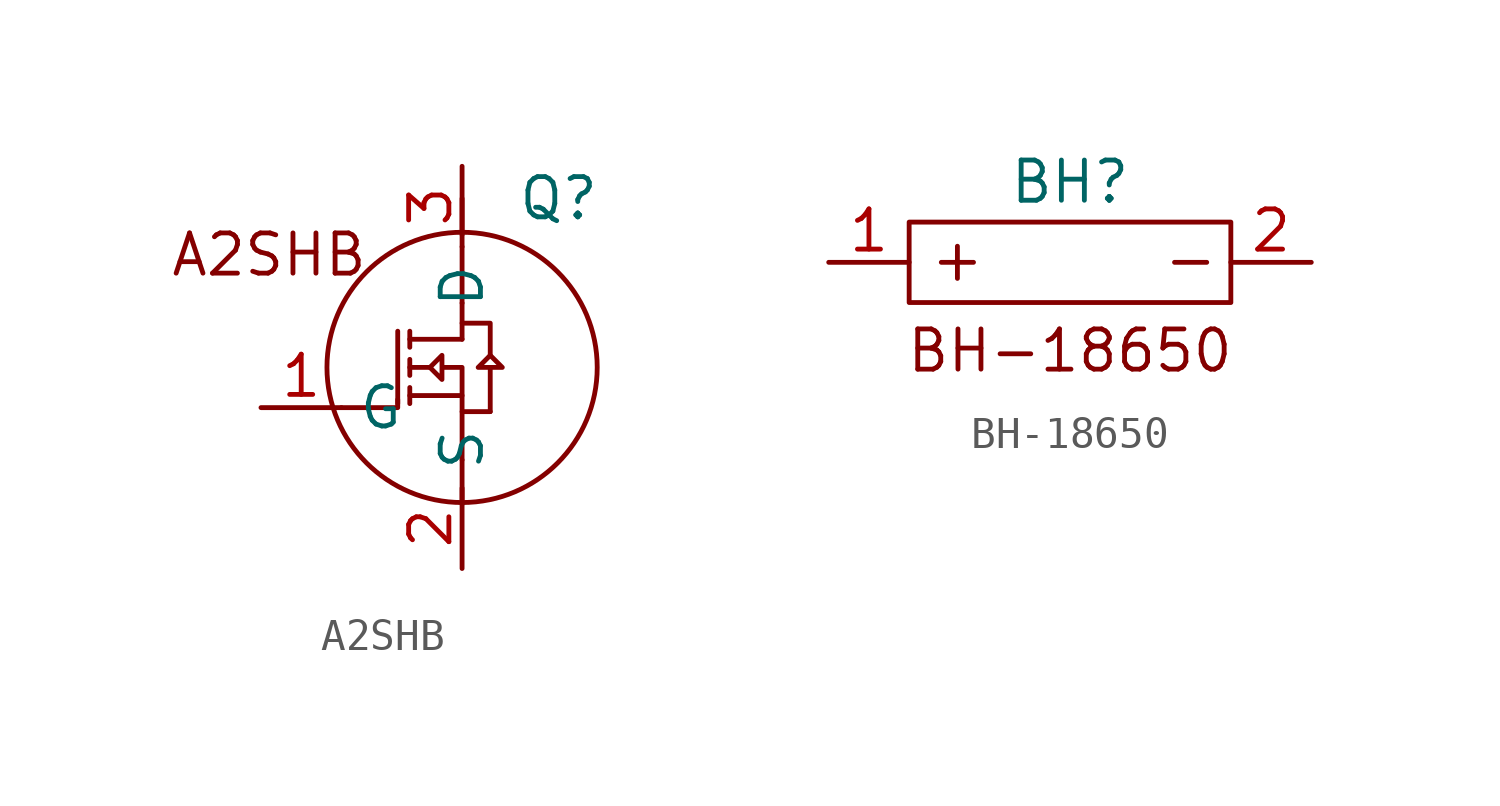
<source format=kicad_sym>
(kicad_symbol_lib
  (version 20231120)
  (generator "kicad_symbol_editor")
  (generator_version "8.0")
  (symbol "A2SHB"
    (property "Reference" "Q"
      (at 3.048 5.334 0)
      (effects (font (size 1.27 1.27))))
    (property "Value" ""
      (at 0 0 0)
      (effects (font (size 1.27 1.27))))
    (symbol "A2SHB_0_1"
      (polyline (pts (xy -2.032 1.143) (xy -2.032 -1.143)) (stroke (width 0) (type default)) (fill (type none)))
      (polyline (pts (xy -1.651 -0.635) (xy -1.651 -1.143)) (stroke (width 0) (type default)) (fill (type none)))
      (polyline (pts (xy -1.651 0.254) (xy -1.651 -0.254)) (stroke (width 0) (type default)) (fill (type none)))
      (polyline (pts (xy -1.651 0.889) (xy 0 0.889)) (stroke (width 0) (type default)) (fill (type none)))
      (polyline (pts (xy -1.651 1.143) (xy -1.651 0.635)) (stroke (width 0) (type default)) (fill (type none)))
      (polyline (pts (xy -1.016 0) (xy -1.651 0)) (stroke (width 0) (type default)) (fill (type none)))
      (polyline (pts (xy 0 -2.921) (xy 0 -4.318)) (stroke (width 0) (type default)) (fill (type none)))
      (polyline (pts (xy 0 -1.397) (xy 0.889 -1.397)) (stroke (width 0) (type default)) (fill (type none)))
      (polyline (pts (xy 0 0.889) (xy 0 1.397)) (stroke (width 0) (type default)) (fill (type none)))
      (polyline (pts (xy 0 2.032) (xy 0 3.81)) (stroke (width 0) (type default)) (fill (type none)))
      (polyline (pts (xy 0 4.191) (xy 0 5.334)) (stroke (width 0) (type default)) (fill (type none)))
      (polyline (pts (xy 0.889 0) (xy 0.889 -1.397)) (stroke (width 0) (type default)) (fill (type none)))
      (polyline (pts (xy -3.81 -1.27) (xy -2.032 -1.27) (xy -2.032 -1.016)) (stroke (width 0) (type default)) (fill (type none)))
      (polyline (pts (xy -1.651 -0.889) (xy 0 -0.889) (xy 0 -2.921)) (stroke (width 0) (type default)) (fill (type none)))
      (polyline (pts (xy 0.889 0.381) (xy 0.889 1.397) (xy 0 1.397) (xy 0 2.032)) (stroke (width 0) (type default)) (fill (type none)))
      (polyline (pts (xy 0.889 0) (xy 1.27 0) (xy 0.889 0.381) (xy 0.508 0) (xy 0.889 0)) (stroke (width 0) (type default)) (fill (type none)))
      (polyline (pts (xy 0 -0.889) (xy 0 0) (xy -0.635 0) (xy -0.635 0.381) (xy -1.016 0) (xy -0.635 -0.381) (xy -0.635 0)) (stroke (width 0) (type default)) (fill (type none)))
      (circle (center 0 0) (radius 4.267) (stroke (width 0) (type default)) (fill (type none))))
    (symbol "A2SHB_1_1"
      (text "A2SHB" (at -6.096 3.556 0) (effects (font (size 1.27 1.27))))
      (pin input line (at -6.35 -1.27 0) (length 2.54) (name "G" (effects (font (size 1.27 1.27)))) (number "1" (effects (font (size 1.27 1.27)))))
      (pin free line (at 0 -6.35 90) (length 2.54) (name "S" (effects (font (size 1.27 1.27)))) (number "2" (effects (font (size 1.27 1.27)))))
      (pin free line (at 0 6.35 270) (length 2.54) (name "D" (effects (font (size 1.27 1.27)))) (number "3" (effects (font (size 1.27 1.27)))))))
  (symbol "BH-18650"
    (property "Reference" "BH"
      (at 0 2.54 0)
      (effects (font (size 1.27 1.27))))
    (property "Value" ""
      (at 1.016 0 0)
      (effects (font (size 1.27 1.27))))
    (symbol "BH-18650_0_1"
      (rectangle (start -5.08 1.27) (end 5.08 -1.27) (stroke (width 0) (type default)) (fill (type none)))
      (polyline (pts (xy -4.064 0) (xy -3.048 0)) (stroke (width 0) (type default)) (fill (type none)))
      (polyline (pts (xy -3.556 0.508) (xy -3.556 -0.508)) (stroke (width 0) (type default)) (fill (type none)))
      (polyline (pts (xy 3.302 0) (xy 4.318 0)) (stroke (width 0) (type default)) (fill (type none))))
    (symbol "BH-18650_1_1"
      (text "BH-18650" (at 0 -2.794 0) (effects (font (size 1.27 1.27))))
      (pin power_out line (at -7.62 0 0) (length 2.54) (name "" (effects (font (size 1.27 1.27)))) (number "1" (effects (font (size 1.27 1.27)))))
      (pin power_in line (at 7.62 0 180) (length 2.54) (name "" (effects (font (size 1.27 1.27)))) (number "2" (effects (font (size 1.27 1.27))))))))
</source>
